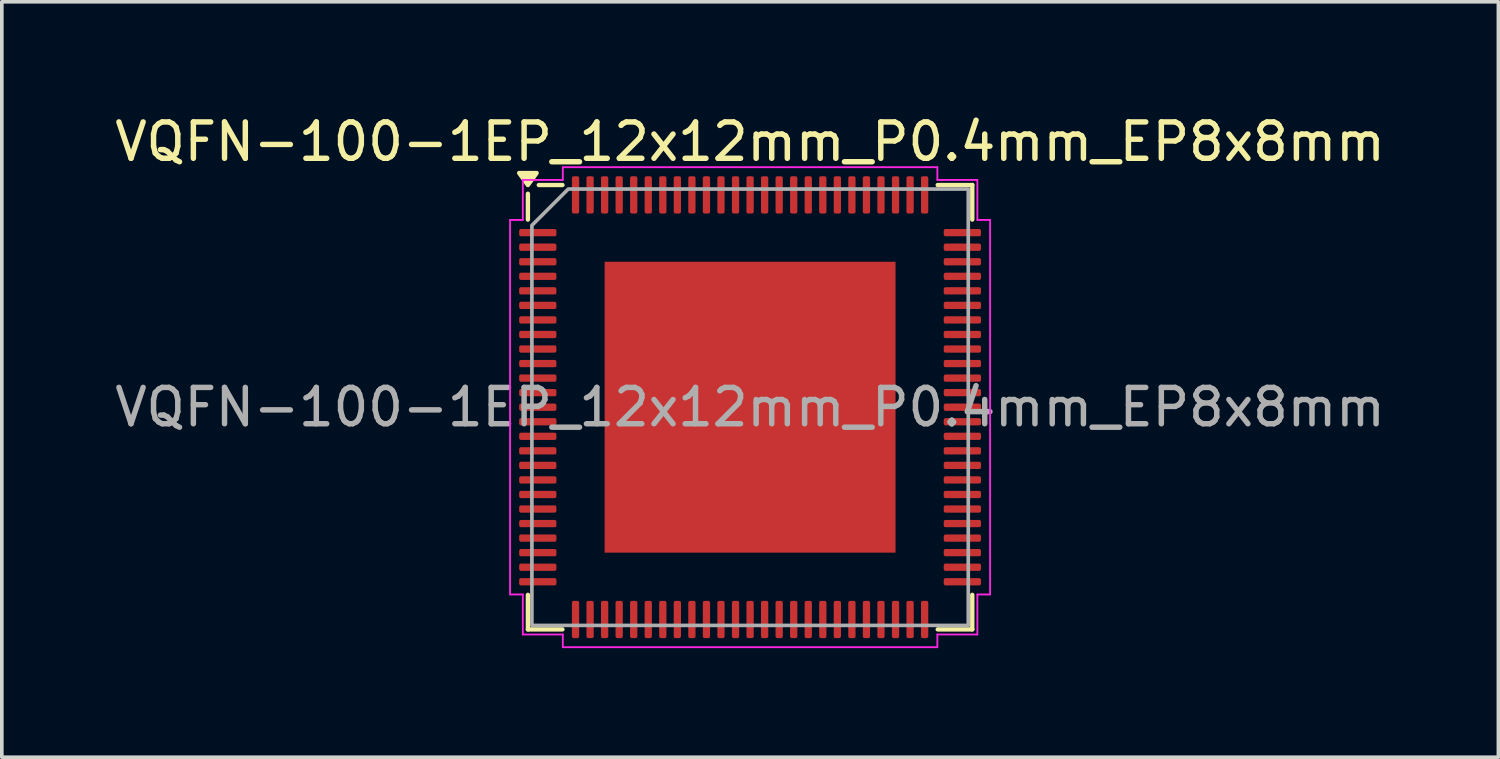
<source format=kicad_pcb>
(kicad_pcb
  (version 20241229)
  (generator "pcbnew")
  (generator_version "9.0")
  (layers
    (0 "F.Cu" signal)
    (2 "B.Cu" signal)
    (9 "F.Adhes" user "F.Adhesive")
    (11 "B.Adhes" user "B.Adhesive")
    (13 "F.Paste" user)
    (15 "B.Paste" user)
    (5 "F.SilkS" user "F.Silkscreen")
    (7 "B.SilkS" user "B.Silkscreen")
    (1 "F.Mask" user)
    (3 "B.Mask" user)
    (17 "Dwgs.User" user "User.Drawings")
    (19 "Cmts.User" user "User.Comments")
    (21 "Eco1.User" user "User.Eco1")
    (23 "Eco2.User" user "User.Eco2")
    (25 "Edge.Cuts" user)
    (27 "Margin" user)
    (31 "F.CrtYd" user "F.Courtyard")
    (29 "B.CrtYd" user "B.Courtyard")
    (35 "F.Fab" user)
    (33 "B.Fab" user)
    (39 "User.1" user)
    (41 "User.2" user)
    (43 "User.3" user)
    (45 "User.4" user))
  (footprint "VQFN-100-1EP_12x12mm_P0.4mm_EP8x8mm"
    (layer "F.Cu")
    (at 17.577 8.148)
    (property "Reference" "VQFN-100-1EP_12x12mm_P0.4mm_EP8x8mm" (at 0 -7.3 0) (layer "F.SilkS") (effects (font (size 1 1) (thickness 0.15))))
    (attr smd)
    (fp_line (start -6.11 -5.16) (end -6.11 -5.87) (stroke (width 0.12) (type solid)) (layer "F.SilkS"))
    (fp_line (start -6.11 6.11) (end -6.11 5.16) (stroke (width 0.12) (type solid)) (layer "F.SilkS"))
    (fp_line (start -5.16 -6.11) (end -5.81 -6.11) (stroke (width 0.12) (type solid)) (layer "F.SilkS"))
    (fp_line (start -5.16 6.11) (end -6.11 6.11) (stroke (width 0.12) (type solid)) (layer "F.SilkS"))
    (fp_line (start 5.16 -6.11) (end 6.11 -6.11) (stroke (width 0.12) (type solid)) (layer "F.SilkS"))
    (fp_line (start 5.16 6.11) (end 6.11 6.11) (stroke (width 0.12) (type solid)) (layer "F.SilkS"))
    (fp_line (start 6.11 -6.11) (end 6.11 -5.16) (stroke (width 0.12) (type solid)) (layer "F.SilkS"))
    (fp_line (start 6.11 6.11) (end 6.11 5.16) (stroke (width 0.12) (type solid)) (layer "F.SilkS"))
    (fp_poly (pts (xy -6.11 -6.11) (xy -6.35 -6.44) (xy -5.87 -6.44)) (stroke (width 0.12) (type solid)) (fill yes) (layer "F.SilkS"))
    (fp_line (start -6.6 -5.15) (end -6.25 -5.15) (stroke (width 0.05) (type solid)) (layer "F.CrtYd"))
    (fp_line (start -6.6 5.15) (end -6.6 -5.15) (stroke (width 0.05) (type solid)) (layer "F.CrtYd"))
    (fp_line (start -6.25 -6.25) (end -5.15 -6.25) (stroke (width 0.05) (type solid)) (layer "F.CrtYd"))
    (fp_line (start -6.25 -5.15) (end -6.25 -6.25) (stroke (width 0.05) (type solid)) (layer "F.CrtYd"))
    (fp_line (start -6.25 5.15) (end -6.6 5.15) (stroke (width 0.05) (type solid)) (layer "F.CrtYd"))
    (fp_line (start -6.25 6.25) (end -6.25 5.15) (stroke (width 0.05) (type solid)) (layer "F.CrtYd"))
    (fp_line (start -5.15 -6.6) (end 5.15 -6.6) (stroke (width 0.05) (type solid)) (layer "F.CrtYd"))
    (fp_line (start -5.15 -6.25) (end -5.15 -6.6) (stroke (width 0.05) (type solid)) (layer "F.CrtYd"))
    (fp_line (start -5.15 6.25) (end -6.25 6.25) (stroke (width 0.05) (type solid)) (layer "F.CrtYd"))
    (fp_line (start -5.15 6.6) (end -5.15 6.25) (stroke (width 0.05) (type solid)) (layer "F.CrtYd"))
    (fp_line (start 5.15 -6.6) (end 5.15 -6.25) (stroke (width 0.05) (type solid)) (layer "F.CrtYd"))
    (fp_line (start 5.15 -6.25) (end 6.25 -6.25) (stroke (width 0.05) (type solid)) (layer "F.CrtYd"))
    (fp_line (start 5.15 6.25) (end 5.15 6.6) (stroke (width 0.05) (type solid)) (layer "F.CrtYd"))
    (fp_line (start 5.15 6.6) (end -5.15 6.6) (stroke (width 0.05) (type solid)) (layer "F.CrtYd"))
    (fp_line (start 6.25 -6.25) (end 6.25 -5.15) (stroke (width 0.05) (type solid)) (layer "F.CrtYd"))
    (fp_line (start 6.25 -5.15) (end 6.6 -5.15) (stroke (width 0.05) (type solid)) (layer "F.CrtYd"))
    (fp_line (start 6.25 5.15) (end 6.25 6.25) (stroke (width 0.05) (type solid)) (layer "F.CrtYd"))
    (fp_line (start 6.25 6.25) (end 5.15 6.25) (stroke (width 0.05) (type solid)) (layer "F.CrtYd"))
    (fp_line (start 6.6 -5.15) (end 6.6 5.15) (stroke (width 0.05) (type solid)) (layer "F.CrtYd"))
    (fp_line (start 6.6 5.15) (end 6.25 5.15) (stroke (width 0.05) (type solid)) (layer "F.CrtYd"))
    (fp_poly (pts (xy -6 -5) (xy -6 6) (xy 6 6) (xy 6 -6) (xy -5 -6)) (stroke (width 0.1) (type solid)) (fill no) (layer "F.Fab"))
    (fp_text user "${REFERENCE}" (at 0 0 0) (layer "F.Fab") (effects (font (size 1 1) (thickness 0.15))))
    (pad "" smd roundrect (at -3 -3) (size 1.61 1.61) (layers "F.Paste") (roundrect_rratio 0.155))
    (pad "" smd roundrect (at -3 -1) (size 1.61 1.61) (layers "F.Paste") (roundrect_rratio 0.155))
    (pad "" smd roundrect (at -3 1) (size 1.61 1.61) (layers "F.Paste") (roundrect_rratio 0.155))
    (pad "" smd roundrect (at -3 3) (size 1.61 1.61) (layers "F.Paste") (roundrect_rratio 0.155))
    (pad "" smd roundrect (at -1 -3) (size 1.61 1.61) (layers "F.Paste") (roundrect_rratio 0.155))
    (pad "" smd roundrect (at -1 -1) (size 1.61 1.61) (layers "F.Paste") (roundrect_rratio 0.155))
    (pad "" smd roundrect (at -1 1) (size 1.61 1.61) (layers "F.Paste") (roundrect_rratio 0.155))
    (pad "" smd roundrect (at -1 3) (size 1.61 1.61) (layers "F.Paste") (roundrect_rratio 0.155))
    (pad "" smd roundrect (at 1 -3) (size 1.61 1.61) (layers "F.Paste") (roundrect_rratio 0.155))
    (pad "" smd roundrect (at 1 -1) (size 1.61 1.61) (layers "F.Paste") (roundrect_rratio 0.155))
    (pad "" smd roundrect (at 1 1) (size 1.61 1.61) (layers "F.Paste") (roundrect_rratio 0.155))
    (pad "" smd roundrect (at 1 3) (size 1.61 1.61) (layers "F.Paste") (roundrect_rratio 0.155))
    (pad "" smd roundrect (at 3 -3) (size 1.61 1.61) (layers "F.Paste") (roundrect_rratio 0.155))
    (pad "" smd roundrect (at 3 -1) (size 1.61 1.61) (layers "F.Paste") (roundrect_rratio 0.155))
    (pad "" smd roundrect (at 3 1) (size 1.61 1.61) (layers "F.Paste") (roundrect_rratio 0.155))
    (pad "" smd roundrect (at 3 3) (size 1.61 1.61) (layers "F.Paste") (roundrect_rratio 0.155))
    (pad "1" smd roundrect (at -5.838 -4.8) (size 1.025 0.2) (layers "F.Cu" "F.Mask" "F.Paste") (roundrect_rratio 0.25))
    (pad "2" smd roundrect (at -5.838 -4.4) (size 1.025 0.2) (layers "F.Cu" "F.Mask" "F.Paste") (roundrect_rratio 0.25))
    (pad "3" smd roundrect (at -5.838 -4) (size 1.025 0.2) (layers "F.Cu" "F.Mask" "F.Paste") (roundrect_rratio 0.25))
    (pad "4" smd roundrect (at -5.838 -3.6) (size 1.025 0.2) (layers "F.Cu" "F.Mask" "F.Paste") (roundrect_rratio 0.25))
    (pad "5" smd roundrect (at -5.838 -3.2) (size 1.025 0.2) (layers "F.Cu" "F.Mask" "F.Paste") (roundrect_rratio 0.25))
    (pad "6" smd roundrect (at -5.838 -2.8) (size 1.025 0.2) (layers "F.Cu" "F.Mask" "F.Paste") (roundrect_rratio 0.25))
    (pad "7" smd roundrect (at -5.838 -2.4) (size 1.025 0.2) (layers "F.Cu" "F.Mask" "F.Paste") (roundrect_rratio 0.25))
    (pad "8" smd roundrect (at -5.838 -2) (size 1.025 0.2) (layers "F.Cu" "F.Mask" "F.Paste") (roundrect_rratio 0.25))
    (pad "9" smd roundrect (at -5.838 -1.6) (size 1.025 0.2) (layers "F.Cu" "F.Mask" "F.Paste") (roundrect_rratio 0.25))
    (pad "10" smd roundrect (at -5.838 -1.2) (size 1.025 0.2) (layers "F.Cu" "F.Mask" "F.Paste") (roundrect_rratio 0.25))
    (pad "11" smd roundrect (at -5.838 -0.8) (size 1.025 0.2) (layers "F.Cu" "F.Mask" "F.Paste") (roundrect_rratio 0.25))
    (pad "12" smd roundrect (at -5.838 -0.4) (size 1.025 0.2) (layers "F.Cu" "F.Mask" "F.Paste") (roundrect_rratio 0.25))
    (pad "13" smd roundrect (at -5.838 0) (size 1.025 0.2) (layers "F.Cu" "F.Mask" "F.Paste") (roundrect_rratio 0.25))
    (pad "14" smd roundrect (at -5.838 0.4) (size 1.025 0.2) (layers "F.Cu" "F.Mask" "F.Paste") (roundrect_rratio 0.25))
    (pad "15" smd roundrect (at -5.838 0.8) (size 1.025 0.2) (layers "F.Cu" "F.Mask" "F.Paste") (roundrect_rratio 0.25))
    (pad "16" smd roundrect (at -5.838 1.2) (size 1.025 0.2) (layers "F.Cu" "F.Mask" "F.Paste") (roundrect_rratio 0.25))
    (pad "17" smd roundrect (at -5.838 1.6) (size 1.025 0.2) (layers "F.Cu" "F.Mask" "F.Paste") (roundrect_rratio 0.25))
    (pad "18" smd roundrect (at -5.838 2) (size 1.025 0.2) (layers "F.Cu" "F.Mask" "F.Paste") (roundrect_rratio 0.25))
    (pad "19" smd roundrect (at -5.838 2.4) (size 1.025 0.2) (layers "F.Cu" "F.Mask" "F.Paste") (roundrect_rratio 0.25))
    (pad "20" smd roundrect (at -5.838 2.8) (size 1.025 0.2) (layers "F.Cu" "F.Mask" "F.Paste") (roundrect_rratio 0.25))
    (pad "21" smd roundrect (at -5.838 3.2) (size 1.025 0.2) (layers "F.Cu" "F.Mask" "F.Paste") (roundrect_rratio 0.25))
    (pad "22" smd roundrect (at -5.838 3.6) (size 1.025 0.2) (layers "F.Cu" "F.Mask" "F.Paste") (roundrect_rratio 0.25))
    (pad "23" smd roundrect (at -5.838 4) (size 1.025 0.2) (layers "F.Cu" "F.Mask" "F.Paste") (roundrect_rratio 0.25))
    (pad "24" smd roundrect (at -5.838 4.4) (size 1.025 0.2) (layers "F.Cu" "F.Mask" "F.Paste") (roundrect_rratio 0.25))
    (pad "25" smd roundrect (at -5.838 4.8) (size 1.025 0.2) (layers "F.Cu" "F.Mask" "F.Paste") (roundrect_rratio 0.25))
    (pad "26" smd roundrect (at -4.8 5.838) (size 0.2 1.025) (layers "F.Cu" "F.Mask" "F.Paste") (roundrect_rratio 0.25))
    (pad "27" smd roundrect (at -4.4 5.838) (size 0.2 1.025) (layers "F.Cu" "F.Mask" "F.Paste") (roundrect_rratio 0.25))
    (pad "28" smd roundrect (at -4 5.838) (size 0.2 1.025) (layers "F.Cu" "F.Mask" "F.Paste") (roundrect_rratio 0.25))
    (pad "29" smd roundrect (at -3.6 5.838) (size 0.2 1.025) (layers "F.Cu" "F.Mask" "F.Paste") (roundrect_rratio 0.25))
    (pad "30" smd roundrect (at -3.2 5.838) (size 0.2 1.025) (layers "F.Cu" "F.Mask" "F.Paste") (roundrect_rratio 0.25))
    (pad "31" smd roundrect (at -2.8 5.838) (size 0.2 1.025) (layers "F.Cu" "F.Mask" "F.Paste") (roundrect_rratio 0.25))
    (pad "32" smd roundrect (at -2.4 5.838) (size 0.2 1.025) (layers "F.Cu" "F.Mask" "F.Paste") (roundrect_rratio 0.25))
    (pad "33" smd roundrect (at -2 5.838) (size 0.2 1.025) (layers "F.Cu" "F.Mask" "F.Paste") (roundrect_rratio 0.25))
    (pad "34" smd roundrect (at -1.6 5.838) (size 0.2 1.025) (layers "F.Cu" "F.Mask" "F.Paste") (roundrect_rratio 0.25))
    (pad "35" smd roundrect (at -1.2 5.838) (size 0.2 1.025) (layers "F.Cu" "F.Mask" "F.Paste") (roundrect_rratio 0.25))
    (pad "36" smd roundrect (at -0.8 5.838) (size 0.2 1.025) (layers "F.Cu" "F.Mask" "F.Paste") (roundrect_rratio 0.25))
    (pad "37" smd roundrect (at -0.4 5.838) (size 0.2 1.025) (layers "F.Cu" "F.Mask" "F.Paste") (roundrect_rratio 0.25))
    (pad "38" smd roundrect (at 0 5.838) (size 0.2 1.025) (layers "F.Cu" "F.Mask" "F.Paste") (roundrect_rratio 0.25))
    (pad "39" smd roundrect (at 0.4 5.838) (size 0.2 1.025) (layers "F.Cu" "F.Mask" "F.Paste") (roundrect_rratio 0.25))
    (pad "40" smd roundrect (at 0.8 5.838) (size 0.2 1.025) (layers "F.Cu" "F.Mask" "F.Paste") (roundrect_rratio 0.25))
    (pad "41" smd roundrect (at 1.2 5.838) (size 0.2 1.025) (layers "F.Cu" "F.Mask" "F.Paste") (roundrect_rratio 0.25))
    (pad "42" smd roundrect (at 1.6 5.838) (size 0.2 1.025) (layers "F.Cu" "F.Mask" "F.Paste") (roundrect_rratio 0.25))
    (pad "43" smd roundrect (at 2 5.838) (size 0.2 1.025) (layers "F.Cu" "F.Mask" "F.Paste") (roundrect_rratio 0.25))
    (pad "44" smd roundrect (at 2.4 5.838) (size 0.2 1.025) (layers "F.Cu" "F.Mask" "F.Paste") (roundrect_rratio 0.25))
    (pad "45" smd roundrect (at 2.8 5.838) (size 0.2 1.025) (layers "F.Cu" "F.Mask" "F.Paste") (roundrect_rratio 0.25))
    (pad "46" smd roundrect (at 3.2 5.838) (size 0.2 1.025) (layers "F.Cu" "F.Mask" "F.Paste") (roundrect_rratio 0.25))
    (pad "47" smd roundrect (at 3.6 5.838) (size 0.2 1.025) (layers "F.Cu" "F.Mask" "F.Paste") (roundrect_rratio 0.25))
    (pad "48" smd roundrect (at 4 5.838) (size 0.2 1.025) (layers "F.Cu" "F.Mask" "F.Paste") (roundrect_rratio 0.25))
    (pad "49" smd roundrect (at 4.4 5.838) (size 0.2 1.025) (layers "F.Cu" "F.Mask" "F.Paste") (roundrect_rratio 0.25))
    (pad "50" smd roundrect (at 4.8 5.838) (size 0.2 1.025) (layers "F.Cu" "F.Mask" "F.Paste") (roundrect_rratio 0.25))
    (pad "51" smd roundrect (at 5.838 4.8) (size 1.025 0.2) (layers "F.Cu" "F.Mask" "F.Paste") (roundrect_rratio 0.25))
    (pad "52" smd roundrect (at 5.838 4.4) (size 1.025 0.2) (layers "F.Cu" "F.Mask" "F.Paste") (roundrect_rratio 0.25))
    (pad "53" smd roundrect (at 5.838 4) (size 1.025 0.2) (layers "F.Cu" "F.Mask" "F.Paste") (roundrect_rratio 0.25))
    (pad "54" smd roundrect (at 5.838 3.6) (size 1.025 0.2) (layers "F.Cu" "F.Mask" "F.Paste") (roundrect_rratio 0.25))
    (pad "55" smd roundrect (at 5.838 3.2) (size 1.025 0.2) (layers "F.Cu" "F.Mask" "F.Paste") (roundrect_rratio 0.25))
    (pad "56" smd roundrect (at 5.838 2.8) (size 1.025 0.2) (layers "F.Cu" "F.Mask" "F.Paste") (roundrect_rratio 0.25))
    (pad "57" smd roundrect (at 5.838 2.4) (size 1.025 0.2) (layers "F.Cu" "F.Mask" "F.Paste") (roundrect_rratio 0.25))
    (pad "58" smd roundrect (at 5.838 2) (size 1.025 0.2) (layers "F.Cu" "F.Mask" "F.Paste") (roundrect_rratio 0.25))
    (pad "59" smd roundrect (at 5.838 1.6) (size 1.025 0.2) (layers "F.Cu" "F.Mask" "F.Paste") (roundrect_rratio 0.25))
    (pad "60" smd roundrect (at 5.838 1.2) (size 1.025 0.2) (layers "F.Cu" "F.Mask" "F.Paste") (roundrect_rratio 0.25))
    (pad "61" smd roundrect (at 5.838 0.8) (size 1.025 0.2) (layers "F.Cu" "F.Mask" "F.Paste") (roundrect_rratio 0.25))
    (pad "62" smd roundrect (at 5.838 0.4) (size 1.025 0.2) (layers "F.Cu" "F.Mask" "F.Paste") (roundrect_rratio 0.25))
    (pad "63" smd roundrect (at 5.838 0) (size 1.025 0.2) (layers "F.Cu" "F.Mask" "F.Paste") (roundrect_rratio 0.25))
    (pad "64" smd roundrect (at 5.838 -0.4) (size 1.025 0.2) (layers "F.Cu" "F.Mask" "F.Paste") (roundrect_rratio 0.25))
    (pad "65" smd roundrect (at 5.838 -0.8) (size 1.025 0.2) (layers "F.Cu" "F.Mask" "F.Paste") (roundrect_rratio 0.25))
    (pad "66" smd roundrect (at 5.838 -1.2) (size 1.025 0.2) (layers "F.Cu" "F.Mask" "F.Paste") (roundrect_rratio 0.25))
    (pad "67" smd roundrect (at 5.838 -1.6) (size 1.025 0.2) (layers "F.Cu" "F.Mask" "F.Paste") (roundrect_rratio 0.25))
    (pad "68" smd roundrect (at 5.838 -2) (size 1.025 0.2) (layers "F.Cu" "F.Mask" "F.Paste") (roundrect_rratio 0.25))
    (pad "69" smd roundrect (at 5.838 -2.4) (size 1.025 0.2) (layers "F.Cu" "F.Mask" "F.Paste") (roundrect_rratio 0.25))
    (pad "70" smd roundrect (at 5.838 -2.8) (size 1.025 0.2) (layers "F.Cu" "F.Mask" "F.Paste") (roundrect_rratio 0.25))
    (pad "71" smd roundrect (at 5.838 -3.2) (size 1.025 0.2) (layers "F.Cu" "F.Mask" "F.Paste") (roundrect_rratio 0.25))
    (pad "72" smd roundrect (at 5.838 -3.6) (size 1.025 0.2) (layers "F.Cu" "F.Mask" "F.Paste") (roundrect_rratio 0.25))
    (pad "73" smd roundrect (at 5.838 -4) (size 1.025 0.2) (layers "F.Cu" "F.Mask" "F.Paste") (roundrect_rratio 0.25))
    (pad "74" smd roundrect (at 5.838 -4.4) (size 1.025 0.2) (layers "F.Cu" "F.Mask" "F.Paste") (roundrect_rratio 0.25))
    (pad "75" smd roundrect (at 5.838 -4.8) (size 1.025 0.2) (layers "F.Cu" "F.Mask" "F.Paste") (roundrect_rratio 0.25))
    (pad "76" smd roundrect (at 4.8 -5.838) (size 0.2 1.025) (layers "F.Cu" "F.Mask" "F.Paste") (roundrect_rratio 0.25))
    (pad "77" smd roundrect (at 4.4 -5.838) (size 0.2 1.025) (layers "F.Cu" "F.Mask" "F.Paste") (roundrect_rratio 0.25))
    (pad "78" smd roundrect (at 4 -5.838) (size 0.2 1.025) (layers "F.Cu" "F.Mask" "F.Paste") (roundrect_rratio 0.25))
    (pad "79" smd roundrect (at 3.6 -5.838) (size 0.2 1.025) (layers "F.Cu" "F.Mask" "F.Paste") (roundrect_rratio 0.25))
    (pad "80" smd roundrect (at 3.2 -5.838) (size 0.2 1.025) (layers "F.Cu" "F.Mask" "F.Paste") (roundrect_rratio 0.25))
    (pad "81" smd roundrect (at 2.8 -5.838) (size 0.2 1.025) (layers "F.Cu" "F.Mask" "F.Paste") (roundrect_rratio 0.25))
    (pad "82" smd roundrect (at 2.4 -5.838) (size 0.2 1.025) (layers "F.Cu" "F.Mask" "F.Paste") (roundrect_rratio 0.25))
    (pad "83" smd roundrect (at 2 -5.838) (size 0.2 1.025) (layers "F.Cu" "F.Mask" "F.Paste") (roundrect_rratio 0.25))
    (pad "84" smd roundrect (at 1.6 -5.838) (size 0.2 1.025) (layers "F.Cu" "F.Mask" "F.Paste") (roundrect_rratio 0.25))
    (pad "85" smd roundrect (at 1.2 -5.838) (size 0.2 1.025) (layers "F.Cu" "F.Mask" "F.Paste") (roundrect_rratio 0.25))
    (pad "86" smd roundrect (at 0.8 -5.838) (size 0.2 1.025) (layers "F.Cu" "F.Mask" "F.Paste") (roundrect_rratio 0.25))
    (pad "87" smd roundrect (at 0.4 -5.838) (size 0.2 1.025) (layers "F.Cu" "F.Mask" "F.Paste") (roundrect_rratio 0.25))
    (pad "88" smd roundrect (at 0 -5.838) (size 0.2 1.025) (layers "F.Cu" "F.Mask" "F.Paste") (roundrect_rratio 0.25))
    (pad "89" smd roundrect (at -0.4 -5.838) (size 0.2 1.025) (layers "F.Cu" "F.Mask" "F.Paste") (roundrect_rratio 0.25))
    (pad "90" smd roundrect (at -0.8 -5.838) (size 0.2 1.025) (layers "F.Cu" "F.Mask" "F.Paste") (roundrect_rratio 0.25))
    (pad "91" smd roundrect (at -1.2 -5.838) (size 0.2 1.025) (layers "F.Cu" "F.Mask" "F.Paste") (roundrect_rratio 0.25))
    (pad "92" smd roundrect (at -1.6 -5.838) (size 0.2 1.025) (layers "F.Cu" "F.Mask" "F.Paste") (roundrect_rratio 0.25))
    (pad "93" smd roundrect (at -2 -5.838) (size 0.2 1.025) (layers "F.Cu" "F.Mask" "F.Paste") (roundrect_rratio 0.25))
    (pad "94" smd roundrect (at -2.4 -5.838) (size 0.2 1.025) (layers "F.Cu" "F.Mask" "F.Paste") (roundrect_rratio 0.25))
    (pad "95" smd roundrect (at -2.8 -5.838) (size 0.2 1.025) (layers "F.Cu" "F.Mask" "F.Paste") (roundrect_rratio 0.25))
    (pad "96" smd roundrect (at -3.2 -5.838) (size 0.2 1.025) (layers "F.Cu" "F.Mask" "F.Paste") (roundrect_rratio 0.25))
    (pad "97" smd roundrect (at -3.6 -5.838) (size 0.2 1.025) (layers "F.Cu" "F.Mask" "F.Paste") (roundrect_rratio 0.25))
    (pad "98" smd roundrect (at -4 -5.838) (size 0.2 1.025) (layers "F.Cu" "F.Mask" "F.Paste") (roundrect_rratio 0.25))
    (pad "99" smd roundrect (at -4.4 -5.838) (size 0.2 1.025) (layers "F.Cu" "F.Mask" "F.Paste") (roundrect_rratio 0.25))
    (pad "100" smd roundrect (at -4.8 -5.838) (size 0.2 1.025) (layers "F.Cu" "F.Mask" "F.Paste") (roundrect_rratio 0.25))
    (pad "101" smd rect (at 0 0) (size 8 8) (property pad_prop_heatsink) (layers "F.Cu" "F.Mask")))
  (gr_rect
    (start -3 -3)
    (end 38.155 17.773)
    (stroke (width 0.1) (type default))
    (fill no)
    (layer "Edge.Cuts")))
</source>
